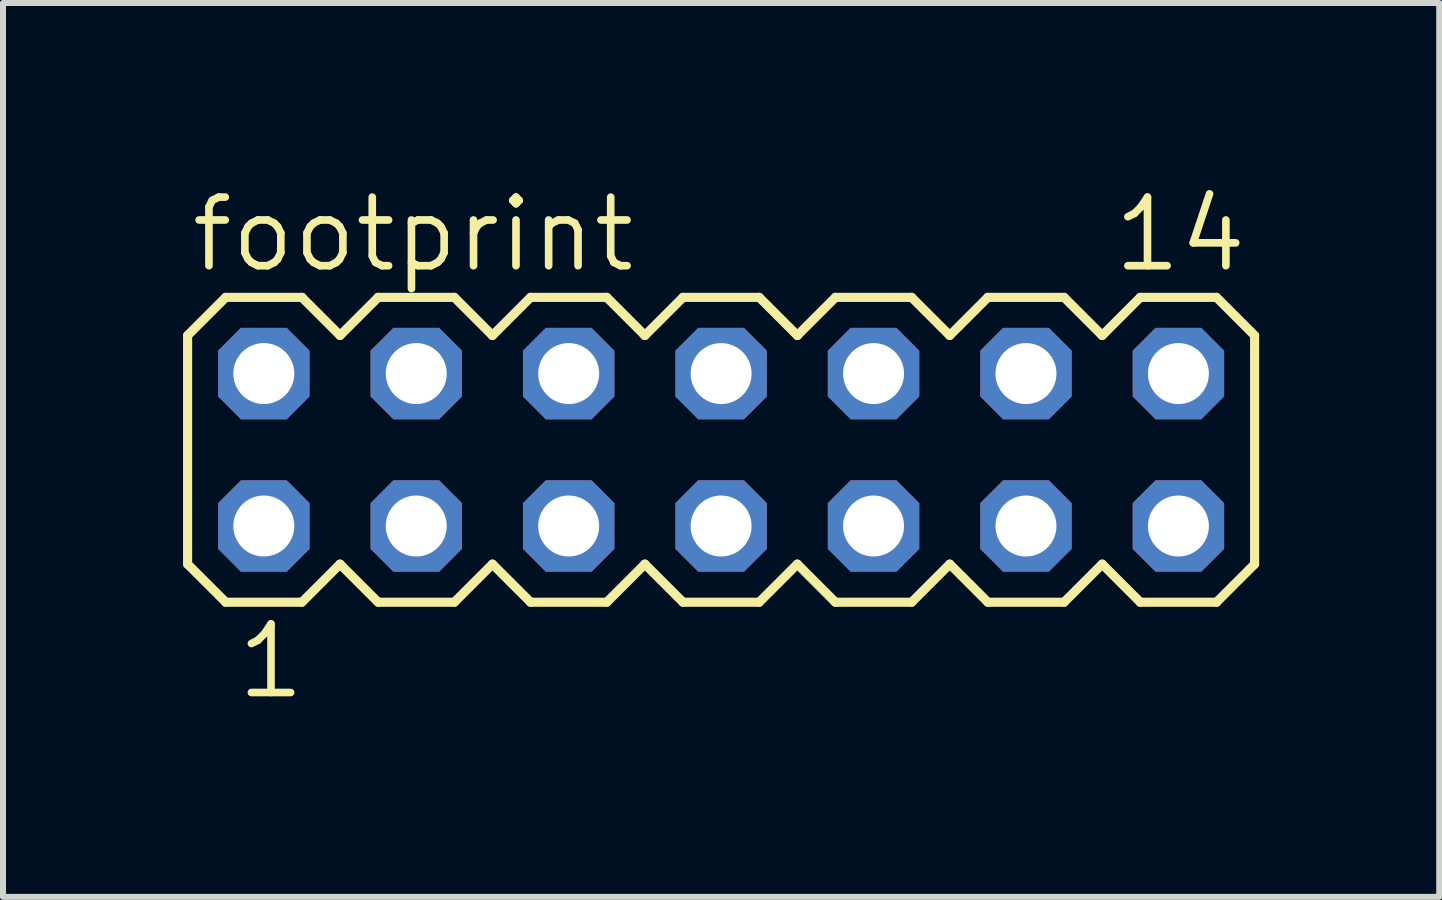
<source format=kicad_pcb>
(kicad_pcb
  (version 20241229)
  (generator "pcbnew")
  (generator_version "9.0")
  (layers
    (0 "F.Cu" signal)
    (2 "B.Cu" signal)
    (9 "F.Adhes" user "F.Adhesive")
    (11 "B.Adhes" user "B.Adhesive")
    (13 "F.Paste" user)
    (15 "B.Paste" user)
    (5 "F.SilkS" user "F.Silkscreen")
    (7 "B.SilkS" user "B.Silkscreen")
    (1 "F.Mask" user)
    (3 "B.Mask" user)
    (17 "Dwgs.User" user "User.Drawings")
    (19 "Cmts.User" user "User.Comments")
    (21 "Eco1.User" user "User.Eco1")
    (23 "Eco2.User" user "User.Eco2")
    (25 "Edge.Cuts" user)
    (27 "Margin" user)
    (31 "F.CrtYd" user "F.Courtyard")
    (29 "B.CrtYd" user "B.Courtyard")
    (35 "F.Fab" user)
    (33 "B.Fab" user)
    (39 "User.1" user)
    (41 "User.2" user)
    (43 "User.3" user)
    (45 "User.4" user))
  (footprint "footprint"
    (layer "F.Cu")
    (at 8.966 4.445)
    (property "Reference" "footprint" (at -8.89 -2.921 0) (layer "F.SilkS") (effects (font (size 1.143 1.143) (thickness 0.127)) (justify left bottom)))
    (fp_line (start -8.89 -1.905) (end -8.89 1.905) (stroke (width 0.152) (type solid)) (layer "F.SilkS"))
    (fp_line (start -8.89 1.905) (end -8.255 2.54) (stroke (width 0.152) (type solid)) (layer "F.SilkS"))
    (fp_line (start -8.255 -2.54) (end -8.89 -1.905) (stroke (width 0.152) (type solid)) (layer "F.SilkS"))
    (fp_line (start -8.255 -2.54) (end -6.985 -2.54) (stroke (width 0.152) (type solid)) (layer "F.SilkS"))
    (fp_line (start -6.985 -2.54) (end -6.35 -1.905) (stroke (width 0.152) (type solid)) (layer "F.SilkS"))
    (fp_line (start -6.985 2.54) (end -8.255 2.54) (stroke (width 0.152) (type solid)) (layer "F.SilkS"))
    (fp_line (start -6.35 -1.905) (end -5.715 -2.54) (stroke (width 0.152) (type solid)) (layer "F.SilkS"))
    (fp_line (start -6.35 1.905) (end -6.985 2.54) (stroke (width 0.152) (type solid)) (layer "F.SilkS"))
    (fp_line (start -5.715 -2.54) (end -4.445 -2.54) (stroke (width 0.152) (type solid)) (layer "F.SilkS"))
    (fp_line (start -5.715 2.54) (end -6.35 1.905) (stroke (width 0.152) (type solid)) (layer "F.SilkS"))
    (fp_line (start -4.445 -2.54) (end -3.81 -1.905) (stroke (width 0.152) (type solid)) (layer "F.SilkS"))
    (fp_line (start -4.445 2.54) (end -5.715 2.54) (stroke (width 0.152) (type solid)) (layer "F.SilkS"))
    (fp_line (start -3.81 -1.905) (end -3.175 -2.54) (stroke (width 0.152) (type solid)) (layer "F.SilkS"))
    (fp_line (start -3.81 1.905) (end -4.445 2.54) (stroke (width 0.152) (type solid)) (layer "F.SilkS"))
    (fp_line (start -3.175 -2.54) (end -1.905 -2.54) (stroke (width 0.152) (type solid)) (layer "F.SilkS"))
    (fp_line (start -3.175 2.54) (end -3.81 1.905) (stroke (width 0.152) (type solid)) (layer "F.SilkS"))
    (fp_line (start -1.905 -2.54) (end -1.27 -1.905) (stroke (width 0.152) (type solid)) (layer "F.SilkS"))
    (fp_line (start -1.905 2.54) (end -3.175 2.54) (stroke (width 0.152) (type solid)) (layer "F.SilkS"))
    (fp_line (start -1.27 1.905) (end -1.905 2.54) (stroke (width 0.152) (type solid)) (layer "F.SilkS"))
    (fp_line (start -1.27 1.905) (end -0.635 2.54) (stroke (width 0.152) (type solid)) (layer "F.SilkS"))
    (fp_line (start -0.635 -2.54) (end -1.27 -1.905) (stroke (width 0.152) (type solid)) (layer "F.SilkS"))
    (fp_line (start -0.635 -2.54) (end 0.635 -2.54) (stroke (width 0.152) (type solid)) (layer "F.SilkS"))
    (fp_line (start 0.635 -2.54) (end 1.27 -1.905) (stroke (width 0.152) (type solid)) (layer "F.SilkS"))
    (fp_line (start 0.635 2.54) (end -0.635 2.54) (stroke (width 0.152) (type solid)) (layer "F.SilkS"))
    (fp_line (start 1.27 -1.905) (end 1.905 -2.54) (stroke (width 0.152) (type solid)) (layer "F.SilkS"))
    (fp_line (start 1.27 1.905) (end 0.635 2.54) (stroke (width 0.152) (type solid)) (layer "F.SilkS"))
    (fp_line (start 1.905 -2.54) (end 3.175 -2.54) (stroke (width 0.152) (type solid)) (layer "F.SilkS"))
    (fp_line (start 1.905 2.54) (end 1.27 1.905) (stroke (width 0.152) (type solid)) (layer "F.SilkS"))
    (fp_line (start 3.175 -2.54) (end 3.81 -1.905) (stroke (width 0.152) (type solid)) (layer "F.SilkS"))
    (fp_line (start 3.175 2.54) (end 1.905 2.54) (stroke (width 0.152) (type solid)) (layer "F.SilkS"))
    (fp_line (start 3.81 -1.905) (end 4.445 -2.54) (stroke (width 0.152) (type solid)) (layer "F.SilkS"))
    (fp_line (start 3.81 1.905) (end 3.175 2.54) (stroke (width 0.152) (type solid)) (layer "F.SilkS"))
    (fp_line (start 4.445 -2.54) (end 5.715 -2.54) (stroke (width 0.152) (type solid)) (layer "F.SilkS"))
    (fp_line (start 4.445 2.54) (end 3.81 1.905) (stroke (width 0.152) (type solid)) (layer "F.SilkS"))
    (fp_line (start 5.715 -2.54) (end 6.35 -1.905) (stroke (width 0.152) (type solid)) (layer "F.SilkS"))
    (fp_line (start 5.715 2.54) (end 4.445 2.54) (stroke (width 0.152) (type solid)) (layer "F.SilkS"))
    (fp_line (start 6.35 -1.905) (end 6.985 -2.54) (stroke (width 0.152) (type solid)) (layer "F.SilkS"))
    (fp_line (start 6.35 1.905) (end 5.715 2.54) (stroke (width 0.152) (type solid)) (layer "F.SilkS"))
    (fp_line (start 6.985 -2.54) (end 8.255 -2.54) (stroke (width 0.152) (type solid)) (layer "F.SilkS"))
    (fp_line (start 6.985 2.54) (end 6.35 1.905) (stroke (width 0.152) (type solid)) (layer "F.SilkS"))
    (fp_line (start 8.255 -2.54) (end 8.89 -1.905) (stroke (width 0.152) (type solid)) (layer "F.SilkS"))
    (fp_line (start 8.255 2.54) (end 6.985 2.54) (stroke (width 0.152) (type solid)) (layer "F.SilkS"))
    (fp_line (start 8.89 -1.905) (end 8.89 1.905) (stroke (width 0.152) (type solid)) (layer "F.SilkS"))
    (fp_line (start 8.89 1.905) (end 8.255 2.54) (stroke (width 0.152) (type solid)) (layer "F.SilkS"))
    (fp_poly (pts (xy -7.874 -1.016) (xy -7.366 -1.016) (xy -7.366 -1.524) (xy -7.874 -1.524)) (stroke (width 0.1) (type solid)) (fill no) (layer "F.Fab"))
    (fp_poly (pts (xy -7.874 1.524) (xy -7.366 1.524) (xy -7.366 1.016) (xy -7.874 1.016)) (stroke (width 0.1) (type solid)) (fill no) (layer "F.Fab"))
    (fp_poly (pts (xy -5.334 -1.016) (xy -4.826 -1.016) (xy -4.826 -1.524) (xy -5.334 -1.524)) (stroke (width 0.1) (type solid)) (fill no) (layer "F.Fab"))
    (fp_poly (pts (xy -5.334 1.524) (xy -4.826 1.524) (xy -4.826 1.016) (xy -5.334 1.016)) (stroke (width 0.1) (type solid)) (fill no) (layer "F.Fab"))
    (fp_poly (pts (xy -2.794 -1.016) (xy -2.286 -1.016) (xy -2.286 -1.524) (xy -2.794 -1.524)) (stroke (width 0.1) (type solid)) (fill no) (layer "F.Fab"))
    (fp_poly (pts (xy -2.794 1.524) (xy -2.286 1.524) (xy -2.286 1.016) (xy -2.794 1.016)) (stroke (width 0.1) (type solid)) (fill no) (layer "F.Fab"))
    (fp_poly (pts (xy -0.254 -1.016) (xy 0.254 -1.016) (xy 0.254 -1.524) (xy -0.254 -1.524)) (stroke (width 0.1) (type solid)) (fill no) (layer "F.Fab"))
    (fp_poly (pts (xy -0.254 1.524) (xy 0.254 1.524) (xy 0.254 1.016) (xy -0.254 1.016)) (stroke (width 0.1) (type solid)) (fill no) (layer "F.Fab"))
    (fp_poly (pts (xy 2.286 -1.016) (xy 2.794 -1.016) (xy 2.794 -1.524) (xy 2.286 -1.524)) (stroke (width 0.1) (type solid)) (fill no) (layer "F.Fab"))
    (fp_poly (pts (xy 2.286 1.524) (xy 2.794 1.524) (xy 2.794 1.016) (xy 2.286 1.016)) (stroke (width 0.1) (type solid)) (fill no) (layer "F.Fab"))
    (fp_poly (pts (xy 4.826 -1.016) (xy 5.334 -1.016) (xy 5.334 -1.524) (xy 4.826 -1.524)) (stroke (width 0.1) (type solid)) (fill no) (layer "F.Fab"))
    (fp_poly (pts (xy 4.826 1.524) (xy 5.334 1.524) (xy 5.334 1.016) (xy 4.826 1.016)) (stroke (width 0.1) (type solid)) (fill no) (layer "F.Fab"))
    (fp_poly (pts (xy 7.366 -1.016) (xy 7.874 -1.016) (xy 7.874 -1.524) (xy 7.366 -1.524)) (stroke (width 0.1) (type solid)) (fill no) (layer "F.Fab"))
    (fp_poly (pts (xy 7.366 1.524) (xy 7.874 1.524) (xy 7.874 1.016) (xy 7.366 1.016)) (stroke (width 0.1) (type solid)) (fill no) (layer "F.Fab"))
    (fp_text user "1" (at -8.128 4.191 0) (layer "F.SilkS") (effects (font (size 1.143 1.143) (thickness 0.127)) (justify left bottom)))
    (fp_text user "14" (at 6.477 -2.921 0) (layer "F.SilkS") (effects (font (size 1.143 1.143) (thickness 0.127)) (justify left bottom)))
    (pad "1" thru_hole roundrect (at -7.62 1.27) (size 1.524 1.524) (drill 1.016) (layers "*.Cu" "*.Mask") (roundrect_rratio 0.25) (chamfer_ratio 0.25) (chamfer top_left top_right bottom_left bottom_right))
    (pad "2" thru_hole roundrect (at -7.62 -1.27) (size 1.524 1.524) (drill 1.016) (layers "*.Cu" "*.Mask") (roundrect_rratio 0.25) (chamfer_ratio 0.25) (chamfer top_left top_right bottom_left bottom_right))
    (pad "3" thru_hole roundrect (at -5.08 1.27) (size 1.524 1.524) (drill 1.016) (layers "*.Cu" "*.Mask") (roundrect_rratio 0.25) (chamfer_ratio 0.25) (chamfer top_left top_right bottom_left bottom_right))
    (pad "4" thru_hole roundrect (at -5.08 -1.27) (size 1.524 1.524) (drill 1.016) (layers "*.Cu" "*.Mask") (roundrect_rratio 0.25) (chamfer_ratio 0.25) (chamfer top_left top_right bottom_left bottom_right))
    (pad "5" thru_hole roundrect (at -2.54 1.27) (size 1.524 1.524) (drill 1.016) (layers "*.Cu" "*.Mask") (roundrect_rratio 0.25) (chamfer_ratio 0.25) (chamfer top_left top_right bottom_left bottom_right))
    (pad "6" thru_hole roundrect (at -2.54 -1.27) (size 1.524 1.524) (drill 1.016) (layers "*.Cu" "*.Mask") (roundrect_rratio 0.25) (chamfer_ratio 0.25) (chamfer top_left top_right bottom_left bottom_right))
    (pad "7" thru_hole roundrect (at 0 1.27) (size 1.524 1.524) (drill 1.016) (layers "*.Cu" "*.Mask") (roundrect_rratio 0.25) (chamfer_ratio 0.25) (chamfer top_left top_right bottom_left bottom_right))
    (pad "8" thru_hole roundrect (at 0 -1.27) (size 1.524 1.524) (drill 1.016) (layers "*.Cu" "*.Mask") (roundrect_rratio 0.25) (chamfer_ratio 0.25) (chamfer top_left top_right bottom_left bottom_right))
    (pad "9" thru_hole roundrect (at 2.54 1.27) (size 1.524 1.524) (drill 1.016) (layers "*.Cu" "*.Mask") (roundrect_rratio 0.25) (chamfer_ratio 0.25) (chamfer top_left top_right bottom_left bottom_right))
    (pad "10" thru_hole roundrect (at 2.54 -1.27) (size 1.524 1.524) (drill 1.016) (layers "*.Cu" "*.Mask") (roundrect_rratio 0.25) (chamfer_ratio 0.25) (chamfer top_left top_right bottom_left bottom_right))
    (pad "11" thru_hole roundrect (at 5.08 1.27) (size 1.524 1.524) (drill 1.016) (layers "*.Cu" "*.Mask") (roundrect_rratio 0.25) (chamfer_ratio 0.25) (chamfer top_left top_right bottom_left bottom_right))
    (pad "12" thru_hole roundrect (at 5.08 -1.27) (size 1.524 1.524) (drill 1.016) (layers "*.Cu" "*.Mask") (roundrect_rratio 0.25) (chamfer_ratio 0.25) (chamfer top_left top_right bottom_left bottom_right))
    (pad "13" thru_hole roundrect (at 7.62 1.27) (size 1.524 1.524) (drill 1.016) (layers "*.Cu" "*.Mask") (roundrect_rratio 0.25) (chamfer_ratio 0.25) (chamfer top_left top_right bottom_left bottom_right))
    (pad "14" thru_hole roundrect (at 7.62 -1.27) (size 1.524 1.524) (drill 1.016) (layers "*.Cu" "*.Mask") (roundrect_rratio 0.25) (chamfer_ratio 0.25) (chamfer top_left top_right bottom_left bottom_right)))
  (gr_rect
    (start -3 -3)
    (end 20.932 11.895)
    (stroke (width 0.1) (type default))
    (fill no)
    (layer "Edge.Cuts")))
</source>
